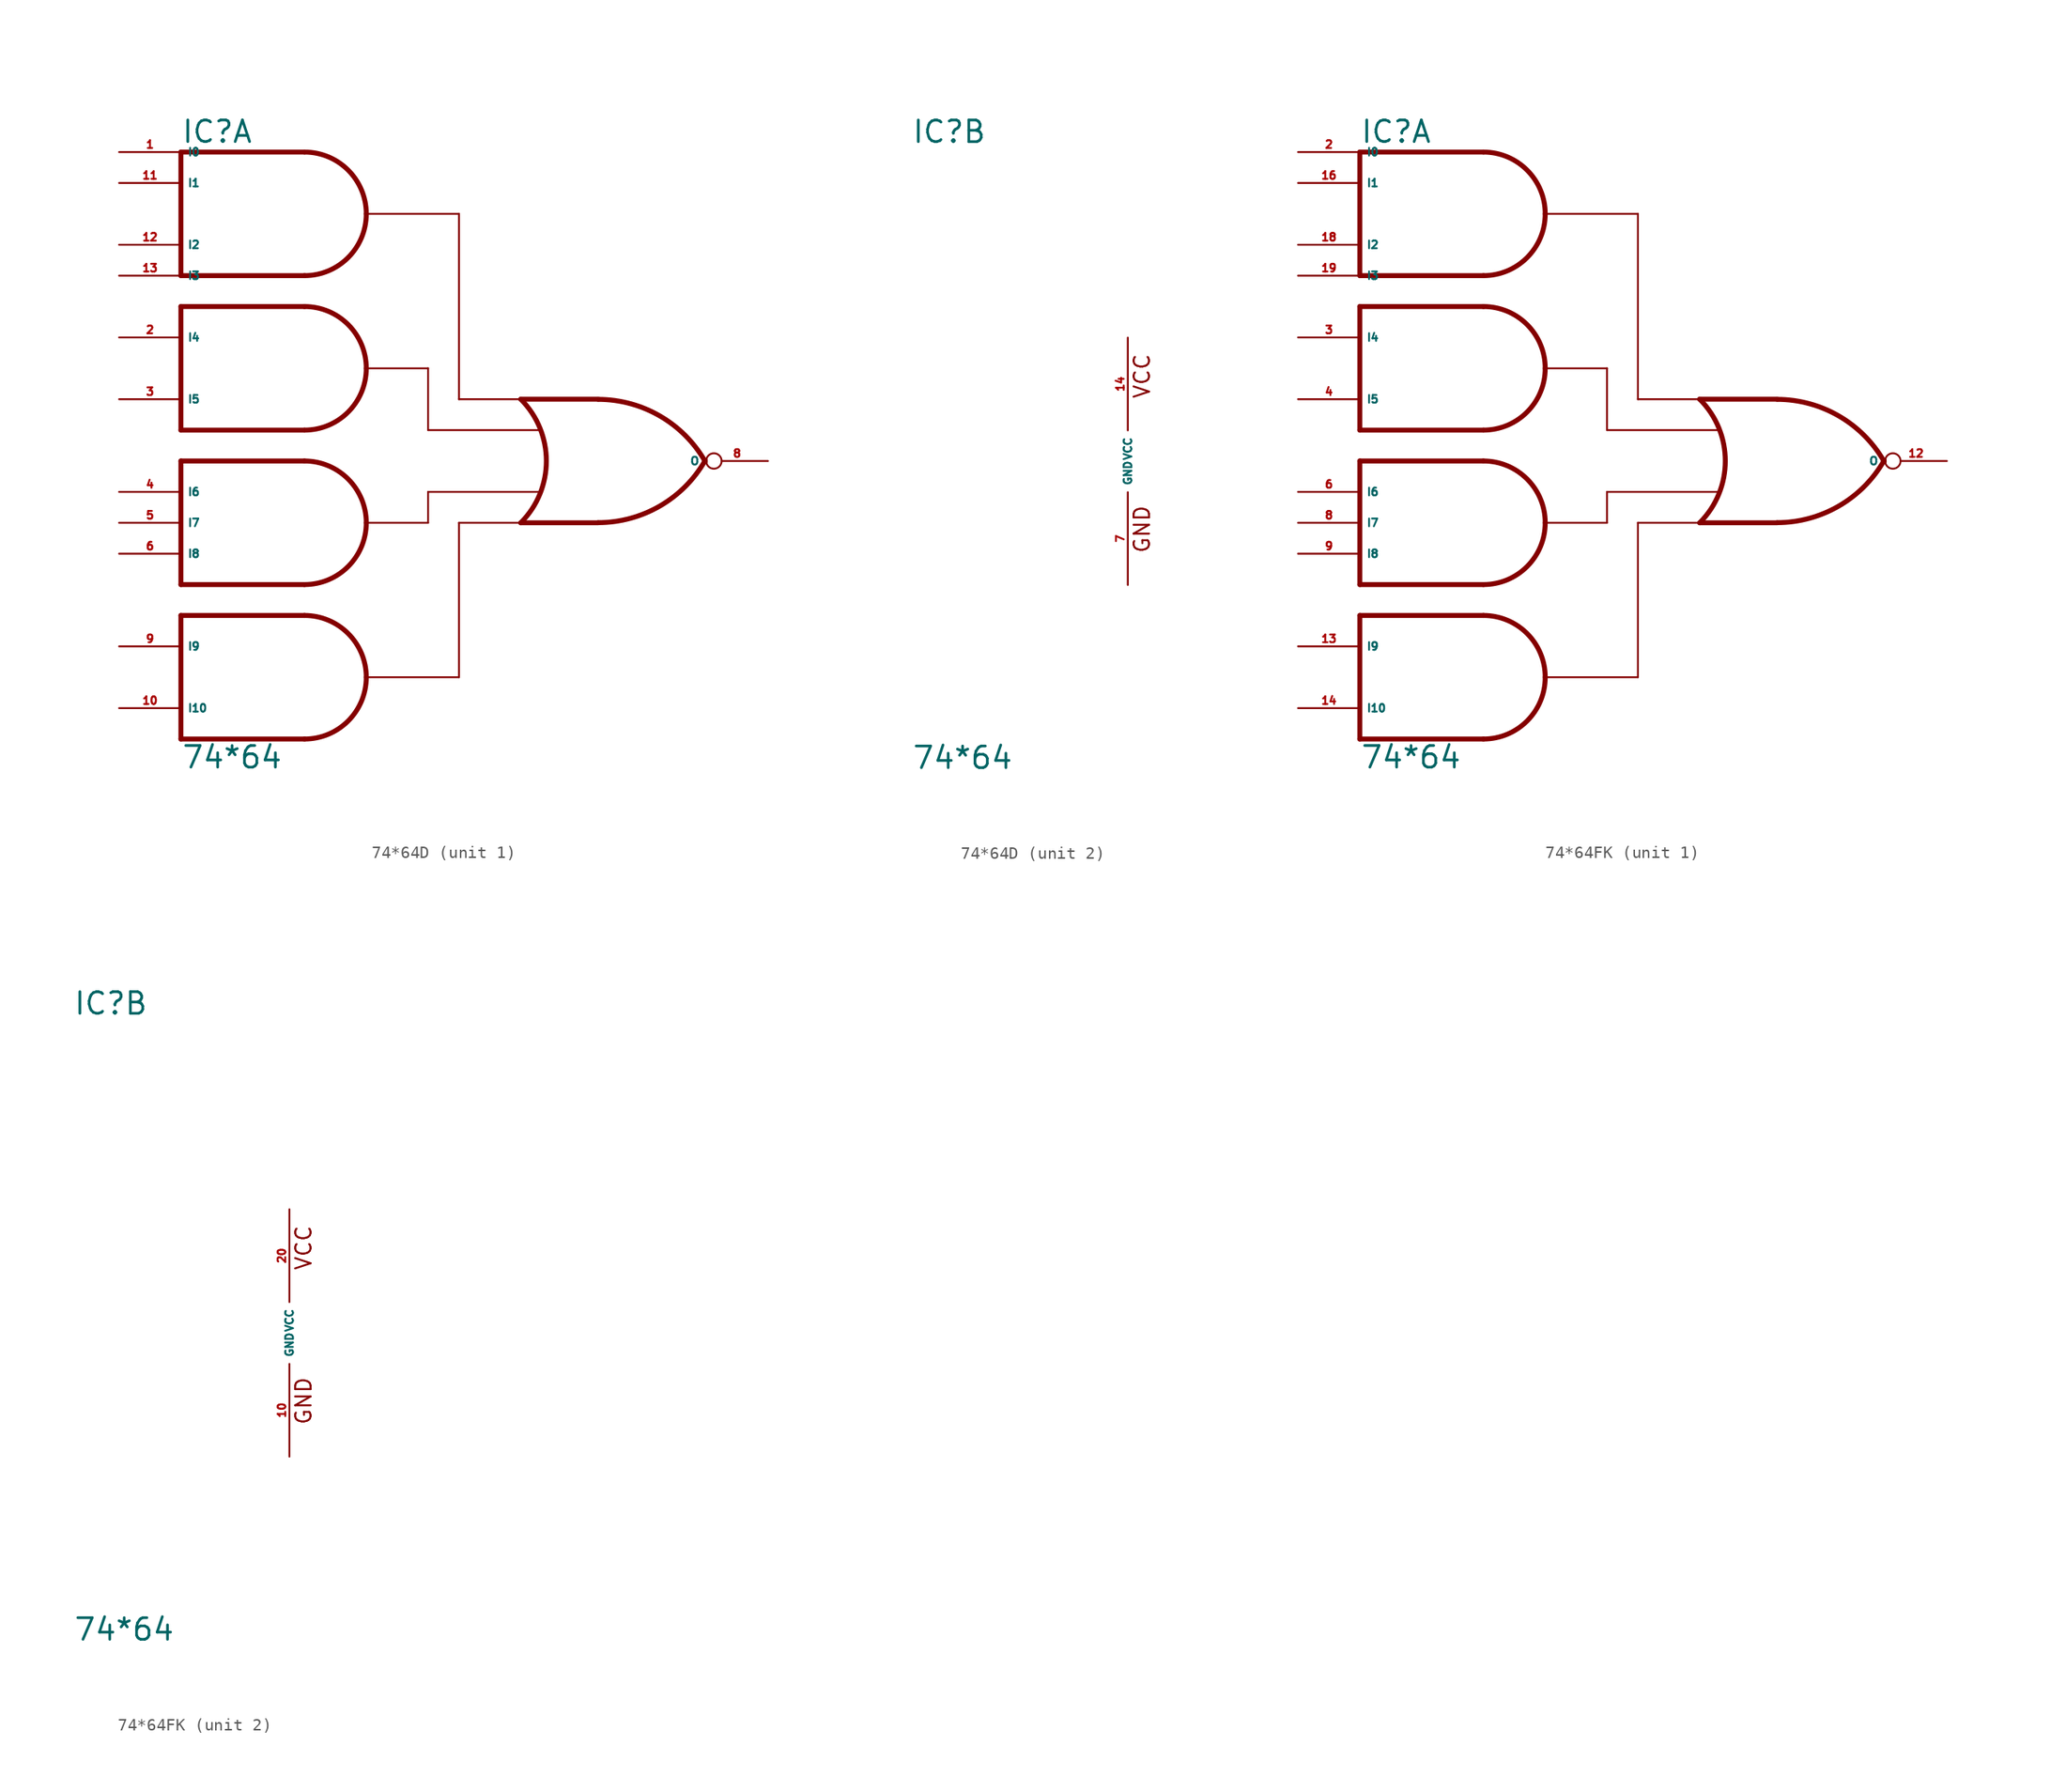
<source format=kicad_sym>
(kicad_symbol_lib
  (version 20220914)
  (generator Eagle2Kicad)
  (symbol "74*64D"
    (property "Reference" "IC"
      (at -17.78 26.035 0)
      (effects (font (size 1.778 1.778) (thickness 0.22)) (justify left bottom)))
    (property "Value" "74*64"
      (at -17.78 -25.4 0)
      (effects (font (size 1.778 1.778) (thickness 0.22)) (justify left bottom)))
    (symbol "74*64D_1_0"
      (polyline (pts (xy 16.51 5.08) (xy 10.16 5.08)) (stroke (width 0.406) (type default)) (fill (type none)))
      (polyline (pts (xy 16.51 -5.08) (xy 10.16 -5.08)) (stroke (width 0.406) (type default)) (fill (type none)))
      (arc (start 16.5354 -5.0678) (mid 21.617 -3.689) (end 25.3237 0.0508) (stroke (width 0.4064) (type default)) (fill (type none)))
      (arc (start 25.3239 -0.0507) (mid 21.617 3.689) (end 16.5354 5.0678) (stroke (width 0.4064) (type default)) (fill (type none)))
      (arc (start 10.16 -5.08) (mid 12.264 0.000) (end 10.16 5.08) (stroke (width 0.4064) (type default)) (fill (type none)))
      (arc (start -2.54 7.62) (mid -4.028 11.212) (end -7.62 12.7) (stroke (width 0.4064) (type default)) (fill (type none)))
      (arc (start -7.62 2.54) (mid -4.028 4.028) (end -2.54 7.62) (stroke (width 0.4064) (type default)) (fill (type none)))
      (polyline (pts (xy -7.62 12.7) (xy -17.78 12.7)) (stroke (width 0.406) (type default)) (fill (type none)))
      (polyline (pts (xy -17.78 12.7) (xy -17.78 2.54)) (stroke (width 0.406) (type default)) (fill (type none)))
      (polyline (pts (xy -17.78 2.54) (xy -7.62 2.54)) (stroke (width 0.406) (type default)) (fill (type none)))
      (arc (start -2.54 -5.08) (mid -4.028 -1.488) (end -7.62 0) (stroke (width 0.4064) (type default)) (fill (type none)))
      (arc (start -7.62 -10.16) (mid -4.028 -8.672) (end -2.54 -5.08) (stroke (width 0.4064) (type default)) (fill (type none)))
      (polyline (pts (xy -7.62 0) (xy -17.78 0)) (stroke (width 0.406) (type default)) (fill (type none)))
      (polyline (pts (xy -17.78 0) (xy -17.78 -10.16)) (stroke (width 0.406) (type default)) (fill (type none)))
      (polyline (pts (xy -17.78 -10.16) (xy -7.62 -10.16)) (stroke (width 0.406) (type default)) (fill (type none)))
      (arc (start -2.54 -17.78) (mid -4.028 -14.188) (end -7.62 -12.7) (stroke (width 0.4064) (type default)) (fill (type none)))
      (arc (start -7.62 -22.86) (mid -4.028 -21.372) (end -2.54 -17.78) (stroke (width 0.4064) (type default)) (fill (type none)))
      (polyline (pts (xy -7.62 -12.7) (xy -17.78 -12.7)) (stroke (width 0.406) (type default)) (fill (type none)))
      (polyline (pts (xy -17.78 -12.7) (xy -17.78 -22.86)) (stroke (width 0.406) (type default)) (fill (type none)))
      (polyline (pts (xy -17.78 -22.86) (xy -7.62 -22.86)) (stroke (width 0.406) (type default)) (fill (type none)))
      (arc (start -2.54 20.32) (mid -4.028 23.912) (end -7.62 25.4) (stroke (width 0.4064) (type default)) (fill (type none)))
      (arc (start -7.62 15.24) (mid -4.028 16.728) (end -2.54 20.32) (stroke (width 0.4064) (type default)) (fill (type none)))
      (polyline (pts (xy -7.62 25.4) (xy -17.78 25.4)) (stroke (width 0.406) (type default)) (fill (type none)))
      (polyline (pts (xy -17.78 25.4) (xy -17.78 15.24)) (stroke (width 0.406) (type default)) (fill (type none)))
      (polyline (pts (xy -17.78 15.24) (xy -7.62 15.24)) (stroke (width 0.406) (type default)) (fill (type none)))
      (polyline (pts (xy -2.54 20.32) (xy 5.08 20.32)) (stroke (width 0.152) (type default)) (fill (type none)))
      (polyline (pts (xy 5.08 5.08) (xy 5.08 20.32)) (stroke (width 0.152) (type default)) (fill (type none)))
      (polyline (pts (xy 5.08 5.08) (xy 10.16 5.08)) (stroke (width 0.152) (type default)) (fill (type none)))
      (polyline (pts (xy 11.684 2.54) (xy 2.54 2.54)) (stroke (width 0.152) (type default)) (fill (type none)))
      (polyline (pts (xy 2.54 2.54) (xy 2.54 7.62)) (stroke (width 0.152) (type default)) (fill (type none)))
      (polyline (pts (xy 2.54 7.62) (xy -2.54 7.62)) (stroke (width 0.152) (type default)) (fill (type none)))
      (polyline (pts (xy -2.54 -5.08) (xy 2.54 -5.08)) (stroke (width 0.152) (type default)) (fill (type none)))
      (polyline (pts (xy 2.54 -5.08) (xy 2.54 -2.54)) (stroke (width 0.152) (type default)) (fill (type none)))
      (polyline (pts (xy 2.54 -2.54) (xy 11.684 -2.54)) (stroke (width 0.152) (type default)) (fill (type none)))
      (polyline (pts (xy -2.54 -17.78) (xy 5.08 -17.78)) (stroke (width 0.152) (type default)) (fill (type none)))
      (polyline (pts (xy 5.08 -17.78) (xy 5.08 -5.08)) (stroke (width 0.152) (type default)) (fill (type none)))
      (polyline (pts (xy 5.08 -5.08) (xy 10.16 -5.08)) (stroke (width 0.152) (type default)) (fill (type none)))
      (pin input line (at -22.86 25.4 0) (length 5.08) (name "I0" (effects (font (size 0.635 0.635) (thickness 0.08)) (justify left bottom))) (number "1" (effects (font (size 0.635 0.635) (thickness 0.08)) (justify left bottom))))
      (pin input line (at -22.86 10.16 0) (length 5.08) (name "I4" (effects (font (size 0.635 0.635) (thickness 0.08)) (justify left bottom))) (number "2" (effects (font (size 0.635 0.635) (thickness 0.08)) (justify left bottom))))
      (pin input line (at -22.86 5.08 0) (length 5.08) (name "I5" (effects (font (size 0.635 0.635) (thickness 0.08)) (justify left bottom))) (number "3" (effects (font (size 0.635 0.635) (thickness 0.08)) (justify left bottom))))
      (pin input line (at -22.86 -2.54 0) (length 5.08) (name "I6" (effects (font (size 0.635 0.635) (thickness 0.08)) (justify left bottom))) (number "4" (effects (font (size 0.635 0.635) (thickness 0.08)) (justify left bottom))))
      (pin input line (at -22.86 -5.08 0) (length 5.08) (name "I7" (effects (font (size 0.635 0.635) (thickness 0.08)) (justify left bottom))) (number "5" (effects (font (size 0.635 0.635) (thickness 0.08)) (justify left bottom))))
      (pin input line (at -22.86 -7.62 0) (length 5.08) (name "I8" (effects (font (size 0.635 0.635) (thickness 0.08)) (justify left bottom))) (number "6" (effects (font (size 0.635 0.635) (thickness 0.08)) (justify left bottom))))
      (pin output inverted (at 30.48 0 180) (length 5.08) (name "O" (effects (font (size 0.635 0.635) (thickness 0.08)) (justify left bottom))) (number "8" (effects (font (size 0.635 0.635) (thickness 0.08)) (justify left bottom))))
      (pin input line (at -22.86 -15.24 0) (length 5.08) (name "I9" (effects (font (size 0.635 0.635) (thickness 0.08)) (justify left bottom))) (number "9" (effects (font (size 0.635 0.635) (thickness 0.08)) (justify left bottom))))
      (pin input line (at -22.86 -20.32 0) (length 5.08) (name "I10" (effects (font (size 0.635 0.635) (thickness 0.08)) (justify left bottom))) (number "10" (effects (font (size 0.635 0.635) (thickness 0.08)) (justify left bottom))))
      (pin input line (at -22.86 22.86 0) (length 5.08) (name "I1" (effects (font (size 0.635 0.635) (thickness 0.08)) (justify left bottom))) (number "11" (effects (font (size 0.635 0.635) (thickness 0.08)) (justify left bottom))))
      (pin input line (at -22.86 17.78 0) (length 5.08) (name "I2" (effects (font (size 0.635 0.635) (thickness 0.08)) (justify left bottom))) (number "12" (effects (font (size 0.635 0.635) (thickness 0.08)) (justify left bottom))))
      (pin input line (at -22.86 15.24 0) (length 5.08) (name "I3" (effects (font (size 0.635 0.635) (thickness 0.08)) (justify left bottom))) (number "13" (effects (font (size 0.635 0.635) (thickness 0.08)) (justify left bottom)))))
    (symbol "74*64D_2_0"
      (text "GND" (at 1.905 -7.62 900) (effects (font (size 1.27 1.27) (thickness 0.16)) (justify left bottom)))
      (text "VCC" (at 1.905 5.08 900) (effects (font (size 1.27 1.27) (thickness 0.16)) (justify left bottom)))
      (pin unspecified line (at 0 -10.16 90) (length 7.62) (name "GND" (effects (font (size 0.635 0.635) (thickness 0.08)) (justify left bottom))) (number "7" (effects (font (size 0.635 0.635) (thickness 0.08)) (justify left bottom))))
      (pin unspecified line (at 0 10.16 270) (length 7.62) (name "VCC" (effects (font (size 0.635 0.635) (thickness 0.08)) (justify left bottom))) (number "14" (effects (font (size 0.635 0.635) (thickness 0.08)) (justify left bottom))))))
  (symbol "74*64FK"
    (property "Reference" "IC"
      (at -17.78 26.035 0)
      (effects (font (size 1.778 1.778) (thickness 0.22)) (justify left bottom)))
    (property "Value" "74*64"
      (at -17.78 -25.4 0)
      (effects (font (size 1.778 1.778) (thickness 0.22)) (justify left bottom)))
    (symbol "74*64FK_1_0"
      (polyline (pts (xy 16.51 5.08) (xy 10.16 5.08)) (stroke (width 0.406) (type default)) (fill (type none)))
      (polyline (pts (xy 16.51 -5.08) (xy 10.16 -5.08)) (stroke (width 0.406) (type default)) (fill (type none)))
      (arc (start 16.5354 -5.0678) (mid 21.617 -3.689) (end 25.3237 0.0508) (stroke (width 0.4064) (type default)) (fill (type none)))
      (arc (start 25.3239 -0.0507) (mid 21.617 3.689) (end 16.5354 5.0678) (stroke (width 0.4064) (type default)) (fill (type none)))
      (arc (start 10.16 -5.08) (mid 12.264 0.000) (end 10.16 5.08) (stroke (width 0.4064) (type default)) (fill (type none)))
      (arc (start -2.54 7.62) (mid -4.028 11.212) (end -7.62 12.7) (stroke (width 0.4064) (type default)) (fill (type none)))
      (arc (start -7.62 2.54) (mid -4.028 4.028) (end -2.54 7.62) (stroke (width 0.4064) (type default)) (fill (type none)))
      (polyline (pts (xy -7.62 12.7) (xy -17.78 12.7)) (stroke (width 0.406) (type default)) (fill (type none)))
      (polyline (pts (xy -17.78 12.7) (xy -17.78 2.54)) (stroke (width 0.406) (type default)) (fill (type none)))
      (polyline (pts (xy -17.78 2.54) (xy -7.62 2.54)) (stroke (width 0.406) (type default)) (fill (type none)))
      (arc (start -2.54 -5.08) (mid -4.028 -1.488) (end -7.62 0) (stroke (width 0.4064) (type default)) (fill (type none)))
      (arc (start -7.62 -10.16) (mid -4.028 -8.672) (end -2.54 -5.08) (stroke (width 0.4064) (type default)) (fill (type none)))
      (polyline (pts (xy -7.62 0) (xy -17.78 0)) (stroke (width 0.406) (type default)) (fill (type none)))
      (polyline (pts (xy -17.78 0) (xy -17.78 -10.16)) (stroke (width 0.406) (type default)) (fill (type none)))
      (polyline (pts (xy -17.78 -10.16) (xy -7.62 -10.16)) (stroke (width 0.406) (type default)) (fill (type none)))
      (arc (start -2.54 -17.78) (mid -4.028 -14.188) (end -7.62 -12.7) (stroke (width 0.4064) (type default)) (fill (type none)))
      (arc (start -7.62 -22.86) (mid -4.028 -21.372) (end -2.54 -17.78) (stroke (width 0.4064) (type default)) (fill (type none)))
      (polyline (pts (xy -7.62 -12.7) (xy -17.78 -12.7)) (stroke (width 0.406) (type default)) (fill (type none)))
      (polyline (pts (xy -17.78 -12.7) (xy -17.78 -22.86)) (stroke (width 0.406) (type default)) (fill (type none)))
      (polyline (pts (xy -17.78 -22.86) (xy -7.62 -22.86)) (stroke (width 0.406) (type default)) (fill (type none)))
      (arc (start -2.54 20.32) (mid -4.028 23.912) (end -7.62 25.4) (stroke (width 0.4064) (type default)) (fill (type none)))
      (arc (start -7.62 15.24) (mid -4.028 16.728) (end -2.54 20.32) (stroke (width 0.4064) (type default)) (fill (type none)))
      (polyline (pts (xy -7.62 25.4) (xy -17.78 25.4)) (stroke (width 0.406) (type default)) (fill (type none)))
      (polyline (pts (xy -17.78 25.4) (xy -17.78 15.24)) (stroke (width 0.406) (type default)) (fill (type none)))
      (polyline (pts (xy -17.78 15.24) (xy -7.62 15.24)) (stroke (width 0.406) (type default)) (fill (type none)))
      (polyline (pts (xy -2.54 20.32) (xy 5.08 20.32)) (stroke (width 0.152) (type default)) (fill (type none)))
      (polyline (pts (xy 5.08 5.08) (xy 5.08 20.32)) (stroke (width 0.152) (type default)) (fill (type none)))
      (polyline (pts (xy 5.08 5.08) (xy 10.16 5.08)) (stroke (width 0.152) (type default)) (fill (type none)))
      (polyline (pts (xy 11.684 2.54) (xy 2.54 2.54)) (stroke (width 0.152) (type default)) (fill (type none)))
      (polyline (pts (xy 2.54 2.54) (xy 2.54 7.62)) (stroke (width 0.152) (type default)) (fill (type none)))
      (polyline (pts (xy 2.54 7.62) (xy -2.54 7.62)) (stroke (width 0.152) (type default)) (fill (type none)))
      (polyline (pts (xy -2.54 -5.08) (xy 2.54 -5.08)) (stroke (width 0.152) (type default)) (fill (type none)))
      (polyline (pts (xy 2.54 -5.08) (xy 2.54 -2.54)) (stroke (width 0.152) (type default)) (fill (type none)))
      (polyline (pts (xy 2.54 -2.54) (xy 11.684 -2.54)) (stroke (width 0.152) (type default)) (fill (type none)))
      (polyline (pts (xy -2.54 -17.78) (xy 5.08 -17.78)) (stroke (width 0.152) (type default)) (fill (type none)))
      (polyline (pts (xy 5.08 -17.78) (xy 5.08 -5.08)) (stroke (width 0.152) (type default)) (fill (type none)))
      (polyline (pts (xy 5.08 -5.08) (xy 10.16 -5.08)) (stroke (width 0.152) (type default)) (fill (type none)))
      (pin input line (at -22.86 25.4 0) (length 5.08) (name "I0" (effects (font (size 0.635 0.635) (thickness 0.08)) (justify left bottom))) (number "2" (effects (font (size 0.635 0.635) (thickness 0.08)) (justify left bottom))))
      (pin input line (at -22.86 10.16 0) (length 5.08) (name "I4" (effects (font (size 0.635 0.635) (thickness 0.08)) (justify left bottom))) (number "3" (effects (font (size 0.635 0.635) (thickness 0.08)) (justify left bottom))))
      (pin input line (at -22.86 5.08 0) (length 5.08) (name "I5" (effects (font (size 0.635 0.635) (thickness 0.08)) (justify left bottom))) (number "4" (effects (font (size 0.635 0.635) (thickness 0.08)) (justify left bottom))))
      (pin input line (at -22.86 -2.54 0) (length 5.08) (name "I6" (effects (font (size 0.635 0.635) (thickness 0.08)) (justify left bottom))) (number "6" (effects (font (size 0.635 0.635) (thickness 0.08)) (justify left bottom))))
      (pin input line (at -22.86 -5.08 0) (length 5.08) (name "I7" (effects (font (size 0.635 0.635) (thickness 0.08)) (justify left bottom))) (number "8" (effects (font (size 0.635 0.635) (thickness 0.08)) (justify left bottom))))
      (pin input line (at -22.86 -7.62 0) (length 5.08) (name "I8" (effects (font (size 0.635 0.635) (thickness 0.08)) (justify left bottom))) (number "9" (effects (font (size 0.635 0.635) (thickness 0.08)) (justify left bottom))))
      (pin output inverted (at 30.48 0 180) (length 5.08) (name "O" (effects (font (size 0.635 0.635) (thickness 0.08)) (justify left bottom))) (number "12" (effects (font (size 0.635 0.635) (thickness 0.08)) (justify left bottom))))
      (pin input line (at -22.86 -15.24 0) (length 5.08) (name "I9" (effects (font (size 0.635 0.635) (thickness 0.08)) (justify left bottom))) (number "13" (effects (font (size 0.635 0.635) (thickness 0.08)) (justify left bottom))))
      (pin input line (at -22.86 -20.32 0) (length 5.08) (name "I10" (effects (font (size 0.635 0.635) (thickness 0.08)) (justify left bottom))) (number "14" (effects (font (size 0.635 0.635) (thickness 0.08)) (justify left bottom))))
      (pin input line (at -22.86 22.86 0) (length 5.08) (name "I1" (effects (font (size 0.635 0.635) (thickness 0.08)) (justify left bottom))) (number "16" (effects (font (size 0.635 0.635) (thickness 0.08)) (justify left bottom))))
      (pin input line (at -22.86 17.78 0) (length 5.08) (name "I2" (effects (font (size 0.635 0.635) (thickness 0.08)) (justify left bottom))) (number "18" (effects (font (size 0.635 0.635) (thickness 0.08)) (justify left bottom))))
      (pin input line (at -22.86 15.24 0) (length 5.08) (name "I3" (effects (font (size 0.635 0.635) (thickness 0.08)) (justify left bottom))) (number "19" (effects (font (size 0.635 0.635) (thickness 0.08)) (justify left bottom)))))
    (symbol "74*64FK_2_0"
      (text "GND" (at 1.905 -7.62 900) (effects (font (size 1.27 1.27) (thickness 0.16)) (justify left bottom)))
      (text "VCC" (at 1.905 5.08 900) (effects (font (size 1.27 1.27) (thickness 0.16)) (justify left bottom)))
      (pin unspecified line (at 0 -10.16 90) (length 7.62) (name "GND" (effects (font (size 0.635 0.635) (thickness 0.08)) (justify left bottom))) (number "10" (effects (font (size 0.635 0.635) (thickness 0.08)) (justify left bottom))))
      (pin unspecified line (at 0 10.16 270) (length 7.62) (name "VCC" (effects (font (size 0.635 0.635) (thickness 0.08)) (justify left bottom))) (number "20" (effects (font (size 0.635 0.635) (thickness 0.08)) (justify left bottom)))))))
</source>
